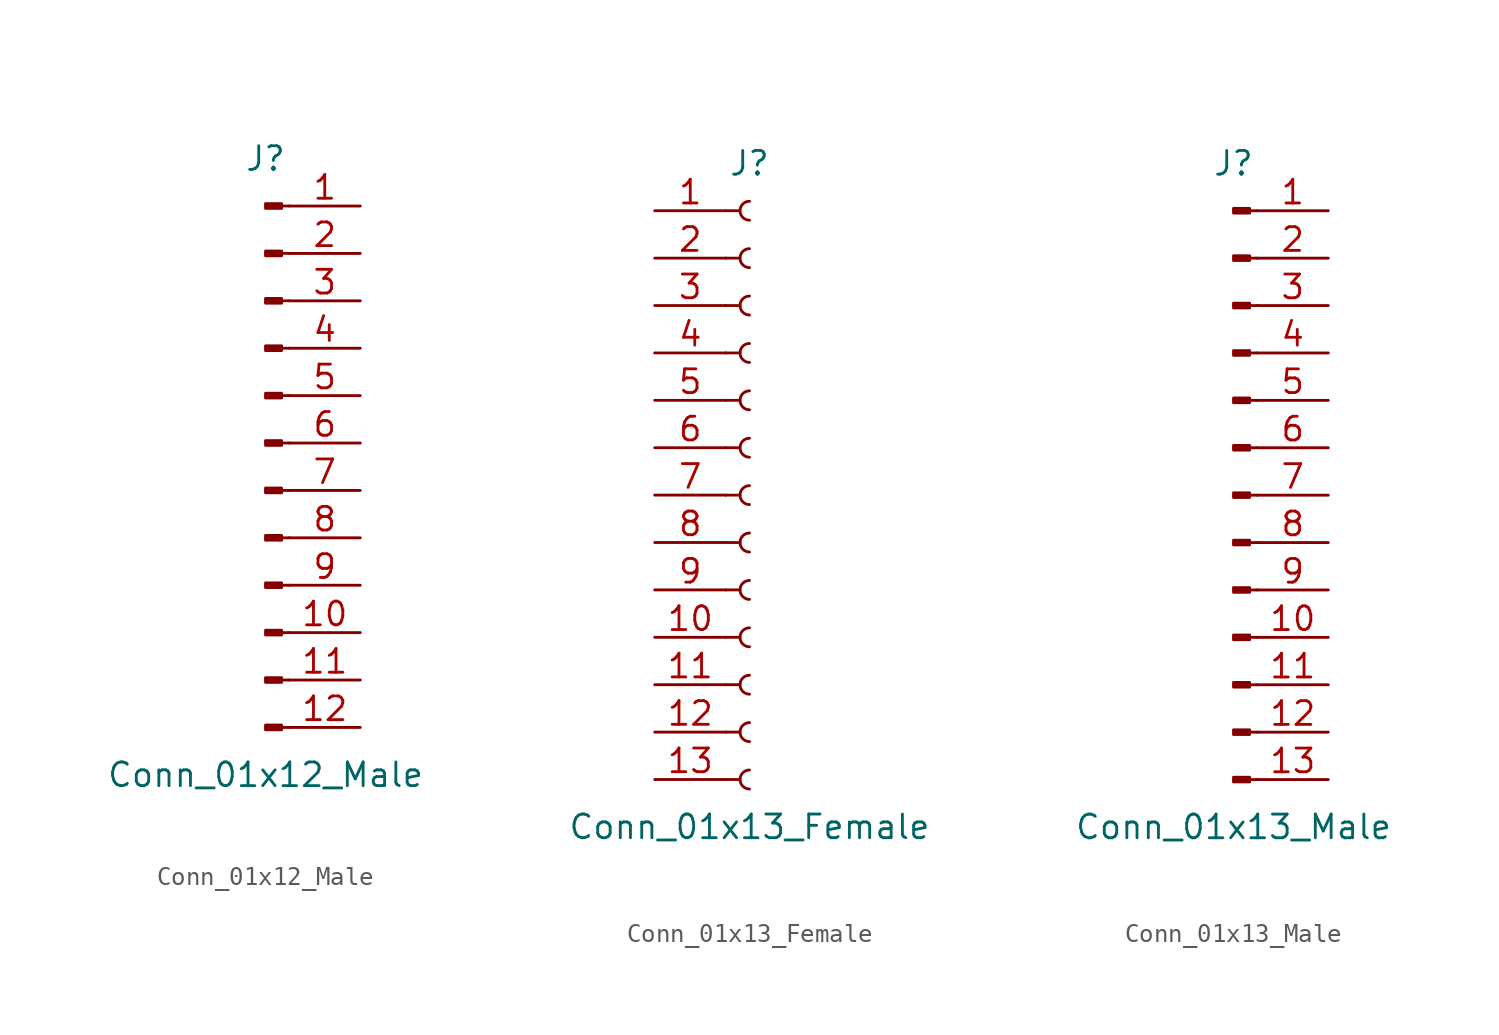
<source format=kicad_sym>
(kicad_symbol_lib
  (version 20201005)
  (generator kicad_symbol_editor)
  (symbol "Conn_01x12_Male"
    (pin_names
      (offset 1.016) hide)
    (property "Reference" "J"
      (at 0 15.24 0)
      (effects (font (size 1.27 1.27))))
    (property "Value" "Conn_01x12_Male"
      (at 0 -17.78 0)
      (effects (font (size 1.27 1.27))))
    (symbol "Conn_01x12_Male_1_1"
      (rectangle (start 0.864 -15.113) (end 0 -15.367) (stroke (width 0.152)) (fill (type outline)))
      (rectangle (start 0.864 -12.573) (end 0 -12.827) (stroke (width 0.152)) (fill (type outline)))
      (rectangle (start 0.864 -10.033) (end 0 -10.287) (stroke (width 0.152)) (fill (type outline)))
      (rectangle (start 0.864 -7.493) (end 0 -7.747) (stroke (width 0.152)) (fill (type outline)))
      (rectangle (start 0.864 -4.953) (end 0 -5.207) (stroke (width 0.152)) (fill (type outline)))
      (rectangle (start 0.864 -2.413) (end 0 -2.667) (stroke (width 0.152)) (fill (type outline)))
      (rectangle (start 0.864 0.127) (end 0 -0.127) (stroke (width 0.152)) (fill (type outline)))
      (rectangle (start 0.864 2.667) (end 0 2.413) (stroke (width 0.152)) (fill (type outline)))
      (rectangle (start 0.864 5.207) (end 0 4.953) (stroke (width 0.152)) (fill (type outline)))
      (rectangle (start 0.864 7.747) (end 0 7.493) (stroke (width 0.152)) (fill (type outline)))
      (rectangle (start 0.864 10.287) (end 0 10.033) (stroke (width 0.152)) (fill (type outline)))
      (rectangle (start 0.864 12.827) (end 0 12.573) (stroke (width 0.152)) (fill (type outline)))
      (polyline (pts (xy 1.27 -15.24) (xy 0.864 -15.24)) (stroke (width 0.152)) (fill (type none)))
      (polyline (pts (xy 1.27 -12.7) (xy 0.864 -12.7)) (stroke (width 0.152)) (fill (type none)))
      (polyline (pts (xy 1.27 -10.16) (xy 0.864 -10.16)) (stroke (width 0.152)) (fill (type none)))
      (polyline (pts (xy 1.27 -7.62) (xy 0.864 -7.62)) (stroke (width 0.152)) (fill (type none)))
      (polyline (pts (xy 1.27 -5.08) (xy 0.864 -5.08)) (stroke (width 0.152)) (fill (type none)))
      (polyline (pts (xy 1.27 -2.54) (xy 0.864 -2.54)) (stroke (width 0.152)) (fill (type none)))
      (polyline (pts (xy 1.27 0) (xy 0.864 0)) (stroke (width 0.152)) (fill (type none)))
      (polyline (pts (xy 1.27 2.54) (xy 0.864 2.54)) (stroke (width 0.152)) (fill (type none)))
      (polyline (pts (xy 1.27 5.08) (xy 0.864 5.08)) (stroke (width 0.152)) (fill (type none)))
      (polyline (pts (xy 1.27 7.62) (xy 0.864 7.62)) (stroke (width 0.152)) (fill (type none)))
      (polyline (pts (xy 1.27 10.16) (xy 0.864 10.16)) (stroke (width 0.152)) (fill (type none)))
      (polyline (pts (xy 1.27 12.7) (xy 0.864 12.7)) (stroke (width 0.152)) (fill (type none)))
      (pin passive line (at 5.08 12.7 180) (length 3.81) (name "Pin_1" (effects (font (size 1.27 1.27)))) (number "1" (effects (font (size 1.27 1.27)))))
      (pin passive line (at 5.08 -10.16 180) (length 3.81) (name "Pin_10" (effects (font (size 1.27 1.27)))) (number "10" (effects (font (size 1.27 1.27)))))
      (pin passive line (at 5.08 -12.7 180) (length 3.81) (name "Pin_11" (effects (font (size 1.27 1.27)))) (number "11" (effects (font (size 1.27 1.27)))))
      (pin passive line (at 5.08 -15.24 180) (length 3.81) (name "Pin_12" (effects (font (size 1.27 1.27)))) (number "12" (effects (font (size 1.27 1.27)))))
      (pin passive line (at 5.08 10.16 180) (length 3.81) (name "Pin_2" (effects (font (size 1.27 1.27)))) (number "2" (effects (font (size 1.27 1.27)))))
      (pin passive line (at 5.08 7.62 180) (length 3.81) (name "Pin_3" (effects (font (size 1.27 1.27)))) (number "3" (effects (font (size 1.27 1.27)))))
      (pin passive line (at 5.08 5.08 180) (length 3.81) (name "Pin_4" (effects (font (size 1.27 1.27)))) (number "4" (effects (font (size 1.27 1.27)))))
      (pin passive line (at 5.08 2.54 180) (length 3.81) (name "Pin_5" (effects (font (size 1.27 1.27)))) (number "5" (effects (font (size 1.27 1.27)))))
      (pin passive line (at 5.08 0 180) (length 3.81) (name "Pin_6" (effects (font (size 1.27 1.27)))) (number "6" (effects (font (size 1.27 1.27)))))
      (pin passive line (at 5.08 -2.54 180) (length 3.81) (name "Pin_7" (effects (font (size 1.27 1.27)))) (number "7" (effects (font (size 1.27 1.27)))))
      (pin passive line (at 5.08 -5.08 180) (length 3.81) (name "Pin_8" (effects (font (size 1.27 1.27)))) (number "8" (effects (font (size 1.27 1.27)))))
      (pin passive line (at 5.08 -7.62 180) (length 3.81) (name "Pin_9" (effects (font (size 1.27 1.27)))) (number "9" (effects (font (size 1.27 1.27)))))))
  (symbol "Conn_01x13_Female"
    (pin_names
      (offset 1.016) hide)
    (property "Reference" "J"
      (at 0 17.78 0)
      (effects (font (size 1.27 1.27))))
    (property "Value" "Conn_01x13_Female"
      (at 0 -17.78 0)
      (effects (font (size 1.27 1.27))))
    (symbol "Conn_01x13_Female_1_1"
      (arc (start 0 -14.732) (end 0 -15.748) (radius (at 0 -15.24) (length 0.508) (angles 90.1 -90.1)) (stroke (width 0.1524)) (fill (type none)))
      (arc (start 0 -12.192) (end 0 -13.208) (radius (at 0 -12.7) (length 0.508) (angles 90.1 -90.1)) (stroke (width 0.1524)) (fill (type none)))
      (arc (start 0 -9.652) (end 0 -10.668) (radius (at 0 -10.16) (length 0.508) (angles 90.1 -90.1)) (stroke (width 0.1524)) (fill (type none)))
      (arc (start 0 -7.112) (end 0 -8.128) (radius (at 0 -7.62) (length 0.508) (angles 90.1 -90.1)) (stroke (width 0.1524)) (fill (type none)))
      (arc (start 0 -4.572) (end 0 -5.588) (radius (at 0 -5.08) (length 0.508) (angles 90.1 -90.1)) (stroke (width 0.1524)) (fill (type none)))
      (arc (start 0 -2.032) (end 0 -3.048) (radius (at 0 -2.54) (length 0.508) (angles 90.1 -90.1)) (stroke (width 0.1524)) (fill (type none)))
      (arc (start 0 0.508) (end 0 -0.508) (radius (at 0 0) (length 0.508) (angles 90.1 -90.1)) (stroke (width 0.1524)) (fill (type none)))
      (arc (start 0 3.048) (end 0 2.032) (radius (at 0 2.54) (length 0.508) (angles 90.1 -90.1)) (stroke (width 0.1524)) (fill (type none)))
      (arc (start 0 5.588) (end 0 4.572) (radius (at 0 5.08) (length 0.508) (angles 90.1 -90.1)) (stroke (width 0.1524)) (fill (type none)))
      (arc (start 0 8.128) (end 0 7.112) (radius (at 0 7.62) (length 0.508) (angles 90.1 -90.1)) (stroke (width 0.1524)) (fill (type none)))
      (arc (start 0 10.668) (end 0 9.652) (radius (at 0 10.16) (length 0.508) (angles 90.1 -90.1)) (stroke (width 0.1524)) (fill (type none)))
      (arc (start 0 13.208) (end 0 12.192) (radius (at 0 12.7) (length 0.508) (angles 90.1 -90.1)) (stroke (width 0.1524)) (fill (type none)))
      (arc (start 0 15.748) (end 0 14.732) (radius (at 0 15.24) (length 0.508) (angles 90.1 -90.1)) (stroke (width 0.1524)) (fill (type none)))
      (polyline (pts (xy -1.27 -15.24) (xy -0.508 -15.24)) (stroke (width 0.152)) (fill (type none)))
      (polyline (pts (xy -1.27 -12.7) (xy -0.508 -12.7)) (stroke (width 0.152)) (fill (type none)))
      (polyline (pts (xy -1.27 -10.16) (xy -0.508 -10.16)) (stroke (width 0.152)) (fill (type none)))
      (polyline (pts (xy -1.27 -7.62) (xy -0.508 -7.62)) (stroke (width 0.152)) (fill (type none)))
      (polyline (pts (xy -1.27 -5.08) (xy -0.508 -5.08)) (stroke (width 0.152)) (fill (type none)))
      (polyline (pts (xy -1.27 -2.54) (xy -0.508 -2.54)) (stroke (width 0.152)) (fill (type none)))
      (polyline (pts (xy -1.27 0) (xy -0.508 0)) (stroke (width 0.152)) (fill (type none)))
      (polyline (pts (xy -1.27 2.54) (xy -0.508 2.54)) (stroke (width 0.152)) (fill (type none)))
      (polyline (pts (xy -1.27 5.08) (xy -0.508 5.08)) (stroke (width 0.152)) (fill (type none)))
      (polyline (pts (xy -1.27 7.62) (xy -0.508 7.62)) (stroke (width 0.152)) (fill (type none)))
      (polyline (pts (xy -1.27 10.16) (xy -0.508 10.16)) (stroke (width 0.152)) (fill (type none)))
      (polyline (pts (xy -1.27 12.7) (xy -0.508 12.7)) (stroke (width 0.152)) (fill (type none)))
      (polyline (pts (xy -1.27 15.24) (xy -0.508 15.24)) (stroke (width 0.152)) (fill (type none)))
      (pin passive line (at -5.08 15.24 0) (length 3.81) (name "Pin_1" (effects (font (size 1.27 1.27)))) (number "1" (effects (font (size 1.27 1.27)))))
      (pin passive line (at -5.08 -7.62 0) (length 3.81) (name "Pin_10" (effects (font (size 1.27 1.27)))) (number "10" (effects (font (size 1.27 1.27)))))
      (pin passive line (at -5.08 -10.16 0) (length 3.81) (name "Pin_11" (effects (font (size 1.27 1.27)))) (number "11" (effects (font (size 1.27 1.27)))))
      (pin passive line (at -5.08 -12.7 0) (length 3.81) (name "Pin_12" (effects (font (size 1.27 1.27)))) (number "12" (effects (font (size 1.27 1.27)))))
      (pin passive line (at -5.08 -15.24 0) (length 3.81) (name "Pin_13" (effects (font (size 1.27 1.27)))) (number "13" (effects (font (size 1.27 1.27)))))
      (pin passive line (at -5.08 12.7 0) (length 3.81) (name "Pin_2" (effects (font (size 1.27 1.27)))) (number "2" (effects (font (size 1.27 1.27)))))
      (pin passive line (at -5.08 10.16 0) (length 3.81) (name "Pin_3" (effects (font (size 1.27 1.27)))) (number "3" (effects (font (size 1.27 1.27)))))
      (pin passive line (at -5.08 7.62 0) (length 3.81) (name "Pin_4" (effects (font (size 1.27 1.27)))) (number "4" (effects (font (size 1.27 1.27)))))
      (pin passive line (at -5.08 5.08 0) (length 3.81) (name "Pin_5" (effects (font (size 1.27 1.27)))) (number "5" (effects (font (size 1.27 1.27)))))
      (pin passive line (at -5.08 2.54 0) (length 3.81) (name "Pin_6" (effects (font (size 1.27 1.27)))) (number "6" (effects (font (size 1.27 1.27)))))
      (pin passive line (at -5.08 0 0) (length 3.81) (name "Pin_7" (effects (font (size 1.27 1.27)))) (number "7" (effects (font (size 1.27 1.27)))))
      (pin passive line (at -5.08 -2.54 0) (length 3.81) (name "Pin_8" (effects (font (size 1.27 1.27)))) (number "8" (effects (font (size 1.27 1.27)))))
      (pin passive line (at -5.08 -5.08 0) (length 3.81) (name "Pin_9" (effects (font (size 1.27 1.27)))) (number "9" (effects (font (size 1.27 1.27)))))))
  (symbol "Conn_01x13_Male"
    (pin_names
      (offset 1.016) hide)
    (property "Reference" "J"
      (at 0 17.78 0)
      (effects (font (size 1.27 1.27))))
    (property "Value" "Conn_01x13_Male"
      (at 0 -17.78 0)
      (effects (font (size 1.27 1.27))))
    (symbol "Conn_01x13_Male_1_1"
      (rectangle (start 0.864 -15.113) (end 0 -15.367) (stroke (width 0.152)) (fill (type outline)))
      (rectangle (start 0.864 -12.573) (end 0 -12.827) (stroke (width 0.152)) (fill (type outline)))
      (rectangle (start 0.864 -10.033) (end 0 -10.287) (stroke (width 0.152)) (fill (type outline)))
      (rectangle (start 0.864 -7.493) (end 0 -7.747) (stroke (width 0.152)) (fill (type outline)))
      (rectangle (start 0.864 -4.953) (end 0 -5.207) (stroke (width 0.152)) (fill (type outline)))
      (rectangle (start 0.864 -2.413) (end 0 -2.667) (stroke (width 0.152)) (fill (type outline)))
      (rectangle (start 0.864 0.127) (end 0 -0.127) (stroke (width 0.152)) (fill (type outline)))
      (rectangle (start 0.864 2.667) (end 0 2.413) (stroke (width 0.152)) (fill (type outline)))
      (rectangle (start 0.864 5.207) (end 0 4.953) (stroke (width 0.152)) (fill (type outline)))
      (rectangle (start 0.864 7.747) (end 0 7.493) (stroke (width 0.152)) (fill (type outline)))
      (rectangle (start 0.864 10.287) (end 0 10.033) (stroke (width 0.152)) (fill (type outline)))
      (rectangle (start 0.864 12.827) (end 0 12.573) (stroke (width 0.152)) (fill (type outline)))
      (rectangle (start 0.864 15.367) (end 0 15.113) (stroke (width 0.152)) (fill (type outline)))
      (polyline (pts (xy 1.27 -15.24) (xy 0.864 -15.24)) (stroke (width 0.152)) (fill (type none)))
      (polyline (pts (xy 1.27 -12.7) (xy 0.864 -12.7)) (stroke (width 0.152)) (fill (type none)))
      (polyline (pts (xy 1.27 -10.16) (xy 0.864 -10.16)) (stroke (width 0.152)) (fill (type none)))
      (polyline (pts (xy 1.27 -7.62) (xy 0.864 -7.62)) (stroke (width 0.152)) (fill (type none)))
      (polyline (pts (xy 1.27 -5.08) (xy 0.864 -5.08)) (stroke (width 0.152)) (fill (type none)))
      (polyline (pts (xy 1.27 -2.54) (xy 0.864 -2.54)) (stroke (width 0.152)) (fill (type none)))
      (polyline (pts (xy 1.27 0) (xy 0.864 0)) (stroke (width 0.152)) (fill (type none)))
      (polyline (pts (xy 1.27 2.54) (xy 0.864 2.54)) (stroke (width 0.152)) (fill (type none)))
      (polyline (pts (xy 1.27 5.08) (xy 0.864 5.08)) (stroke (width 0.152)) (fill (type none)))
      (polyline (pts (xy 1.27 7.62) (xy 0.864 7.62)) (stroke (width 0.152)) (fill (type none)))
      (polyline (pts (xy 1.27 10.16) (xy 0.864 10.16)) (stroke (width 0.152)) (fill (type none)))
      (polyline (pts (xy 1.27 12.7) (xy 0.864 12.7)) (stroke (width 0.152)) (fill (type none)))
      (polyline (pts (xy 1.27 15.24) (xy 0.864 15.24)) (stroke (width 0.152)) (fill (type none)))
      (pin passive line (at 5.08 15.24 180) (length 3.81) (name "Pin_1" (effects (font (size 1.27 1.27)))) (number "1" (effects (font (size 1.27 1.27)))))
      (pin passive line (at 5.08 -7.62 180) (length 3.81) (name "Pin_10" (effects (font (size 1.27 1.27)))) (number "10" (effects (font (size 1.27 1.27)))))
      (pin passive line (at 5.08 -10.16 180) (length 3.81) (name "Pin_11" (effects (font (size 1.27 1.27)))) (number "11" (effects (font (size 1.27 1.27)))))
      (pin passive line (at 5.08 -12.7 180) (length 3.81) (name "Pin_12" (effects (font (size 1.27 1.27)))) (number "12" (effects (font (size 1.27 1.27)))))
      (pin passive line (at 5.08 -15.24 180) (length 3.81) (name "Pin_13" (effects (font (size 1.27 1.27)))) (number "13" (effects (font (size 1.27 1.27)))))
      (pin passive line (at 5.08 12.7 180) (length 3.81) (name "Pin_2" (effects (font (size 1.27 1.27)))) (number "2" (effects (font (size 1.27 1.27)))))
      (pin passive line (at 5.08 10.16 180) (length 3.81) (name "Pin_3" (effects (font (size 1.27 1.27)))) (number "3" (effects (font (size 1.27 1.27)))))
      (pin passive line (at 5.08 7.62 180) (length 3.81) (name "Pin_4" (effects (font (size 1.27 1.27)))) (number "4" (effects (font (size 1.27 1.27)))))
      (pin passive line (at 5.08 5.08 180) (length 3.81) (name "Pin_5" (effects (font (size 1.27 1.27)))) (number "5" (effects (font (size 1.27 1.27)))))
      (pin passive line (at 5.08 2.54 180) (length 3.81) (name "Pin_6" (effects (font (size 1.27 1.27)))) (number "6" (effects (font (size 1.27 1.27)))))
      (pin passive line (at 5.08 0 180) (length 3.81) (name "Pin_7" (effects (font (size 1.27 1.27)))) (number "7" (effects (font (size 1.27 1.27)))))
      (pin passive line (at 5.08 -2.54 180) (length 3.81) (name "Pin_8" (effects (font (size 1.27 1.27)))) (number "8" (effects (font (size 1.27 1.27)))))
      (pin passive line (at 5.08 -5.08 180) (length 3.81) (name "Pin_9" (effects (font (size 1.27 1.27)))) (number "9" (effects (font (size 1.27 1.27))))))))
</source>
